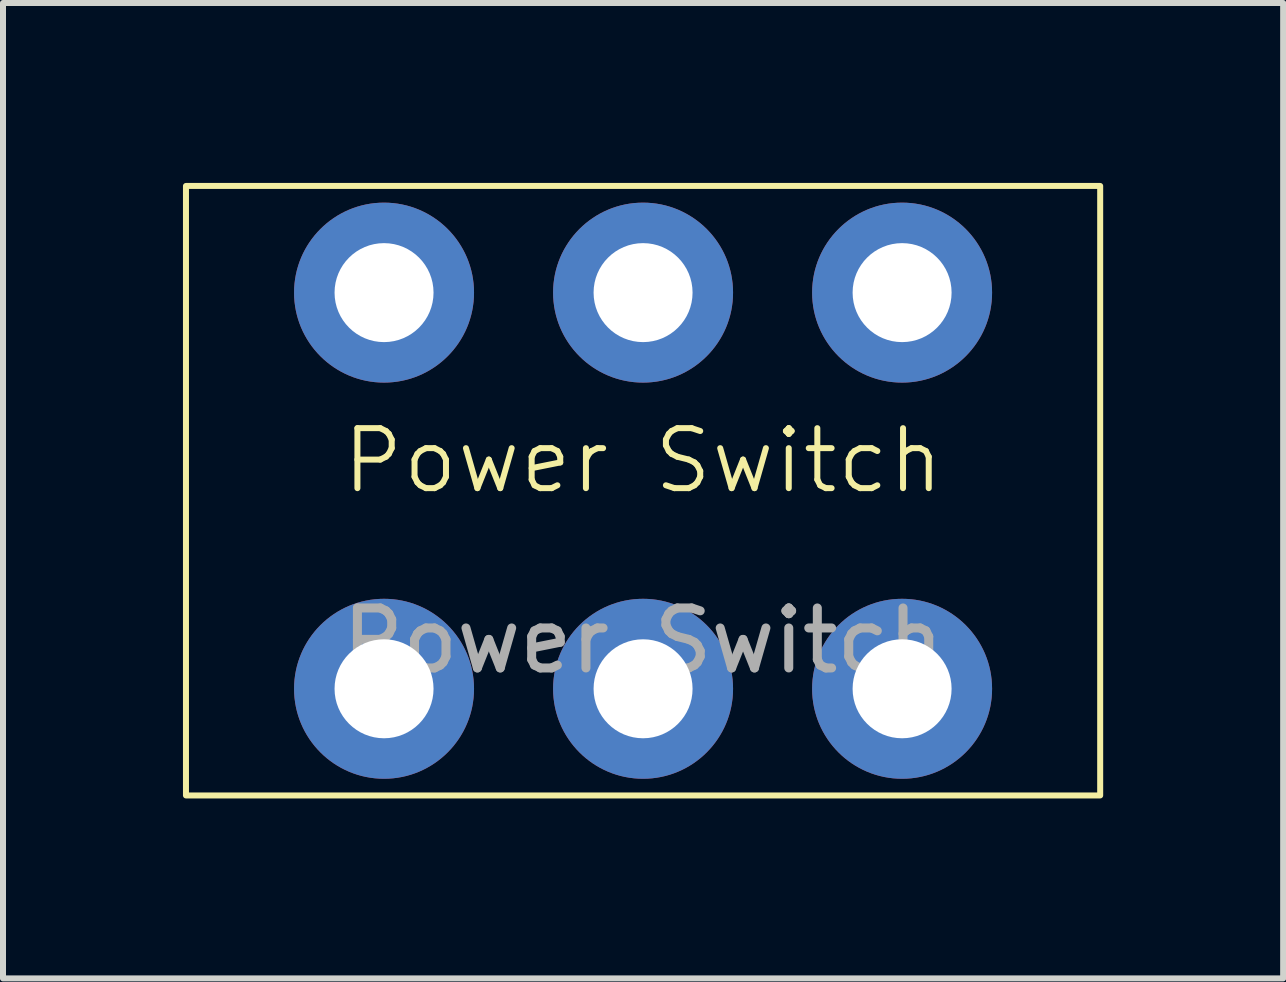
<source format=kicad_pcb>
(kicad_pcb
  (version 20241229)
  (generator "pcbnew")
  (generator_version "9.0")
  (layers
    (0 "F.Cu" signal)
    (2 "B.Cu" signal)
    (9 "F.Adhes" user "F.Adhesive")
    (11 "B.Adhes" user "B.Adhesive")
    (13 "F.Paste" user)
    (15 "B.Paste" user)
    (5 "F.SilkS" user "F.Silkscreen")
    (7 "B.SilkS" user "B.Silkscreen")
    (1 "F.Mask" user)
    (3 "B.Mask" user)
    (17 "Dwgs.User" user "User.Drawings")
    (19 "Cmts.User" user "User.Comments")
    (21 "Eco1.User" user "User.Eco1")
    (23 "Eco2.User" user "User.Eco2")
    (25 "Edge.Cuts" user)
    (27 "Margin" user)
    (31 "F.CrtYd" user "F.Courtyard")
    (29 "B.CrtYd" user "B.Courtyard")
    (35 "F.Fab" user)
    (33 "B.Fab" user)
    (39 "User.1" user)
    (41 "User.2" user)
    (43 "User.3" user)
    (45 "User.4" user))
  (footprint "Power Switch"
    (layer "F.Cu")
    (at 7.67 5.13)
    (property "Reference" "Power Switch" (at 0 -0.5 0) (unlocked yes) (layer "F.SilkS") (effects (font (size 1 1) (thickness 0.1))))
    (attr through_hole)
    (fp_rect (start 7.62 -5.08) (end -7.62 5.08) (stroke (width 0.1) (type default)) (fill no) (layer "F.SilkS"))
    (fp_text user "${REFERENCE}" (at 0 2.5 0) (unlocked yes) (layer "F.Fab") (effects (font (size 1 1) (thickness 0.15))))
    (pad "1" thru_hole circle (at -4.318 -3.302) (size 3 3) (drill 1.65) (layers "*.Cu" "*.Mask"))
    (pad "2" thru_hole circle (at 0 -3.302) (size 3 3) (drill 1.65) (layers "*.Cu" "*.Mask"))
    (pad "3" thru_hole circle (at -4.318 3.302) (size 3 3) (drill 1.65) (layers "*.Cu" "*.Mask"))
    (pad "4" thru_hole circle (at 0 3.302) (size 3 3) (drill 1.65) (layers "*.Cu" "*.Mask"))
    (pad "5" thru_hole circle (at 4.318 -3.302) (size 3 3) (drill 1.65) (layers "*.Cu" "*.Mask"))
    (pad "6" thru_hole circle (at 4.318 3.302) (size 3 3) (drill 1.65) (layers "*.Cu" "*.Mask")))
  (gr_rect
    (start -3 -3)
    (end 18.34 13.26)
    (stroke (width 0.1) (type default))
    (fill no)
    (layer "Edge.Cuts")))
</source>
